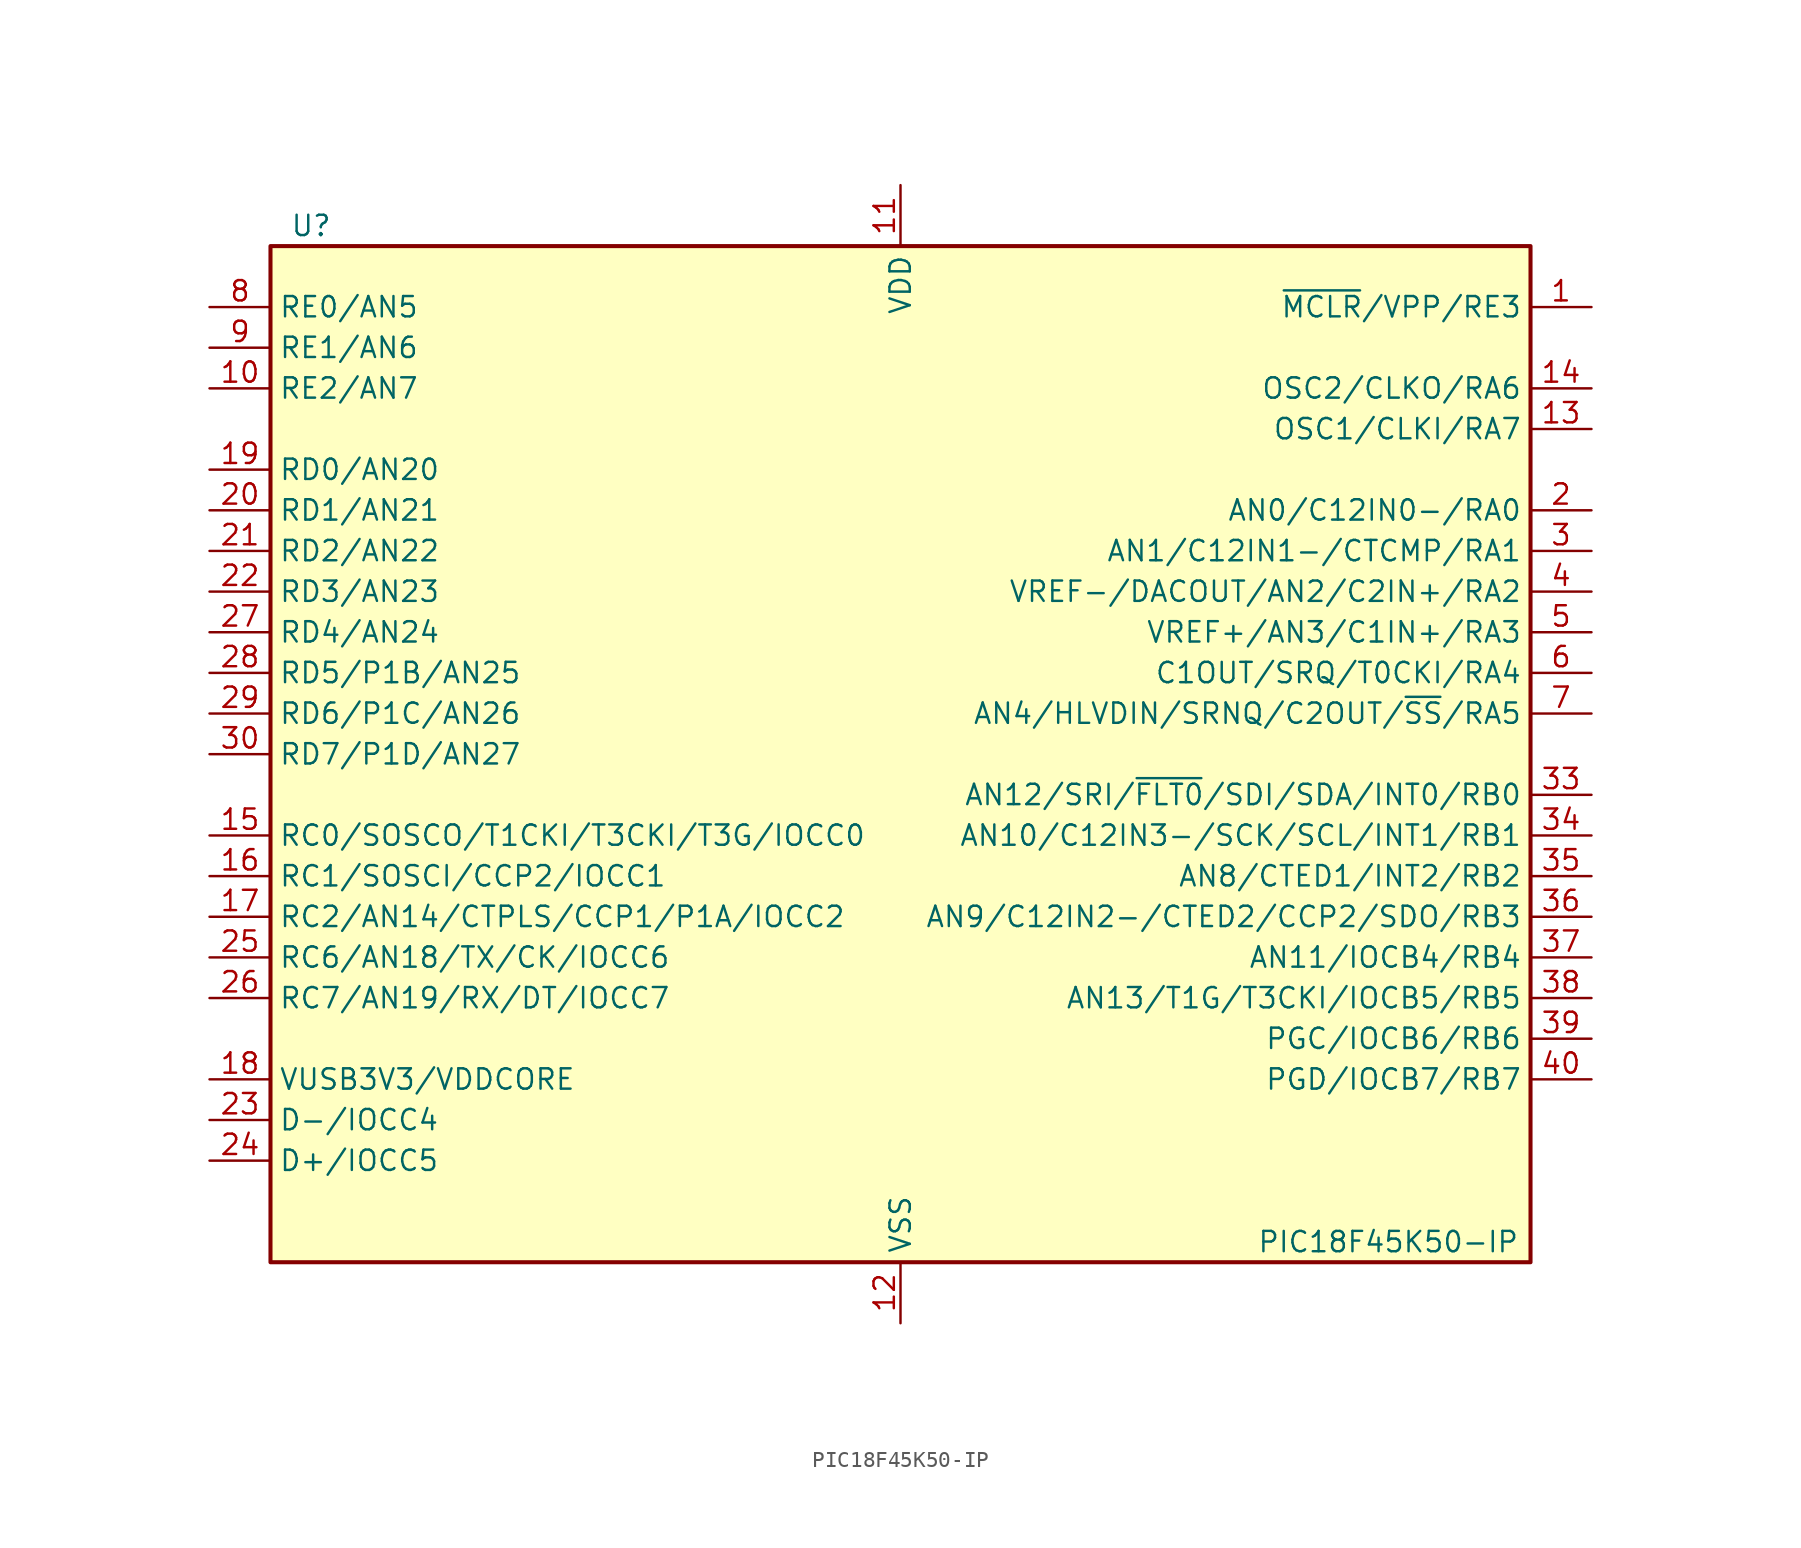
<source format=kicad_sym>
(kicad_symbol_lib
  (version 20231120)
  (generator "kicad_symbol_editor")
  (generator_version "8.0")
  (symbol "PIC18F45K50-IP"
    (property "Reference" "U"
      (at -36.83 33.02 0)
      (effects (font (size 1.27 1.27))))
    (property "Value" "PIC18F45K50-IP"
      (at 30.48 -30.48 0)
      (effects (font (size 1.27 1.27))))
    (symbol "PIC18F45K50-IP_0_1"
      (rectangle (start -39.37 31.75) (end 39.37 -31.75) (stroke (width 0.254) (type default)) (fill (type background))))
    (symbol "PIC18F45K50-IP_1_1"
      (pin input line (at 43.18 27.94 180) (length 3.81) (name "~{MCLR}/VPP/RE3" (effects (font (size 1.27 1.27)))) (number "1" (effects (font (size 1.27 1.27)))))
      (pin bidirectional line (at -43.18 22.86 0) (length 3.81) (name "RE2/AN7" (effects (font (size 1.27 1.27)))) (number "10" (effects (font (size 1.27 1.27)))))
      (pin power_in line (at 0 35.56 270) (length 3.81) (name "VDD" (effects (font (size 1.27 1.27)))) (number "11" (effects (font (size 1.27 1.27)))))
      (pin power_in line (at 0 -35.56 90) (length 3.81) (name "VSS" (effects (font (size 1.27 1.27)))) (number "12" (effects (font (size 1.27 1.27)))))
      (pin bidirectional line (at 43.18 20.32 180) (length 3.81) (name "OSC1/CLKI/RA7" (effects (font (size 1.27 1.27)))) (number "13" (effects (font (size 1.27 1.27)))))
      (pin bidirectional line (at 43.18 22.86 180) (length 3.81) (name "OSC2/CLKO/RA6" (effects (font (size 1.27 1.27)))) (number "14" (effects (font (size 1.27 1.27)))))
      (pin bidirectional line (at -43.18 -5.08 0) (length 3.81) (name "RC0/SOSCO/T1CKI/T3CKI/T3G/IOCC0" (effects (font (size 1.27 1.27)))) (number "15" (effects (font (size 1.27 1.27)))))
      (pin bidirectional line (at -43.18 -7.62 0) (length 3.81) (name "RC1/SOSCI/CCP2/IOCC1" (effects (font (size 1.27 1.27)))) (number "16" (effects (font (size 1.27 1.27)))))
      (pin bidirectional line (at -43.18 -10.16 0) (length 3.81) (name "RC2/AN14/CTPLS/CCP1/P1A/IOCC2" (effects (font (size 1.27 1.27)))) (number "17" (effects (font (size 1.27 1.27)))))
      (pin power_in line (at -43.18 -20.32 0) (length 3.81) (name "VUSB3V3/VDDCORE" (effects (font (size 1.27 1.27)))) (number "18" (effects (font (size 1.27 1.27)))))
      (pin bidirectional line (at -43.18 17.78 0) (length 3.81) (name "RD0/AN20" (effects (font (size 1.27 1.27)))) (number "19" (effects (font (size 1.27 1.27)))))
      (pin bidirectional line (at 43.18 15.24 180) (length 3.81) (name "AN0/C12IN0-/RA0" (effects (font (size 1.27 1.27)))) (number "2" (effects (font (size 1.27 1.27)))))
      (pin bidirectional line (at -43.18 15.24 0) (length 3.81) (name "RD1/AN21" (effects (font (size 1.27 1.27)))) (number "20" (effects (font (size 1.27 1.27)))))
      (pin bidirectional line (at -43.18 12.7 0) (length 3.81) (name "RD2/AN22" (effects (font (size 1.27 1.27)))) (number "21" (effects (font (size 1.27 1.27)))))
      (pin bidirectional line (at -43.18 10.16 0) (length 3.81) (name "RD3/AN23" (effects (font (size 1.27 1.27)))) (number "22" (effects (font (size 1.27 1.27)))))
      (pin bidirectional line (at -43.18 -22.86 0) (length 3.81) (name "D-/IOCC4" (effects (font (size 1.27 1.27)))) (number "23" (effects (font (size 1.27 1.27)))))
      (pin bidirectional line (at -43.18 -25.4 0) (length 3.81) (name "D+/IOCC5" (effects (font (size 1.27 1.27)))) (number "24" (effects (font (size 1.27 1.27)))))
      (pin bidirectional line (at -43.18 -12.7 0) (length 3.81) (name "RC6/AN18/TX/CK/IOCC6" (effects (font (size 1.27 1.27)))) (number "25" (effects (font (size 1.27 1.27)))))
      (pin bidirectional line (at -43.18 -15.24 0) (length 3.81) (name "RC7/AN19/RX/DT/IOCC7" (effects (font (size 1.27 1.27)))) (number "26" (effects (font (size 1.27 1.27)))))
      (pin bidirectional line (at -43.18 7.62 0) (length 3.81) (name "RD4/AN24" (effects (font (size 1.27 1.27)))) (number "27" (effects (font (size 1.27 1.27)))))
      (pin bidirectional line (at -43.18 5.08 0) (length 3.81) (name "RD5/P1B/AN25" (effects (font (size 1.27 1.27)))) (number "28" (effects (font (size 1.27 1.27)))))
      (pin bidirectional line (at -43.18 2.54 0) (length 3.81) (name "RD6/P1C/AN26" (effects (font (size 1.27 1.27)))) (number "29" (effects (font (size 1.27 1.27)))))
      (pin bidirectional line (at 43.18 12.7 180) (length 3.81) (name "AN1/C12IN1-/CTCMP/RA1" (effects (font (size 1.27 1.27)))) (number "3" (effects (font (size 1.27 1.27)))))
      (pin bidirectional line (at -43.18 0 0) (length 3.81) (name "RD7/P1D/AN27" (effects (font (size 1.27 1.27)))) (number "30" (effects (font (size 1.27 1.27)))))
      (pin passive line (at 0 -35.56 90) (length 3.81) hide (name "VSS" (effects (font (size 1.27 1.27)))) (number "31" (effects (font (size 1.27 1.27)))))
      (pin passive line (at 0 35.56 270) (length 3.81) hide (name "VDD" (effects (font (size 1.27 1.27)))) (number "32" (effects (font (size 1.27 1.27)))))
      (pin bidirectional line (at 43.18 -2.54 180) (length 3.81) (name "AN12/SRI/~{FLT0}/SDI/SDA/INT0/RB0" (effects (font (size 1.27 1.27)))) (number "33" (effects (font (size 1.27 1.27)))))
      (pin bidirectional line (at 43.18 -5.08 180) (length 3.81) (name "AN10/C12IN3-/SCK/SCL/INT1/RB1" (effects (font (size 1.27 1.27)))) (number "34" (effects (font (size 1.27 1.27)))))
      (pin bidirectional line (at 43.18 -7.62 180) (length 3.81) (name "AN8/CTED1/INT2/RB2" (effects (font (size 1.27 1.27)))) (number "35" (effects (font (size 1.27 1.27)))))
      (pin bidirectional line (at 43.18 -10.16 180) (length 3.81) (name "AN9/C12IN2-/CTED2/CCP2/SDO/RB3" (effects (font (size 1.27 1.27)))) (number "36" (effects (font (size 1.27 1.27)))))
      (pin bidirectional line (at 43.18 -12.7 180) (length 3.81) (name "AN11/IOCB4/RB4" (effects (font (size 1.27 1.27)))) (number "37" (effects (font (size 1.27 1.27)))))
      (pin bidirectional line (at 43.18 -15.24 180) (length 3.81) (name "AN13/T1G/T3CKI/IOCB5/RB5" (effects (font (size 1.27 1.27)))) (number "38" (effects (font (size 1.27 1.27)))))
      (pin bidirectional line (at 43.18 -17.78 180) (length 3.81) (name "PGC/IOCB6/RB6" (effects (font (size 1.27 1.27)))) (number "39" (effects (font (size 1.27 1.27)))))
      (pin bidirectional line (at 43.18 10.16 180) (length 3.81) (name "VREF-/DACOUT/AN2/C2IN+/RA2" (effects (font (size 1.27 1.27)))) (number "4" (effects (font (size 1.27 1.27)))))
      (pin bidirectional line (at 43.18 -20.32 180) (length 3.81) (name "PGD/IOCB7/RB7" (effects (font (size 1.27 1.27)))) (number "40" (effects (font (size 1.27 1.27)))))
      (pin bidirectional line (at 43.18 7.62 180) (length 3.81) (name "VREF+/AN3/C1IN+/RA3" (effects (font (size 1.27 1.27)))) (number "5" (effects (font (size 1.27 1.27)))))
      (pin bidirectional line (at 43.18 5.08 180) (length 3.81) (name "C1OUT/SRQ/T0CKI/RA4" (effects (font (size 1.27 1.27)))) (number "6" (effects (font (size 1.27 1.27)))))
      (pin bidirectional line (at 43.18 2.54 180) (length 3.81) (name "AN4/HLVDIN/SRNQ/C2OUT/~{SS}/RA5" (effects (font (size 1.27 1.27)))) (number "7" (effects (font (size 1.27 1.27)))))
      (pin bidirectional line (at -43.18 27.94 0) (length 3.81) (name "RE0/AN5" (effects (font (size 1.27 1.27)))) (number "8" (effects (font (size 1.27 1.27)))))
      (pin bidirectional line (at -43.18 25.4 0) (length 3.81) (name "RE1/AN6" (effects (font (size 1.27 1.27)))) (number "9" (effects (font (size 1.27 1.27))))))))
</source>
